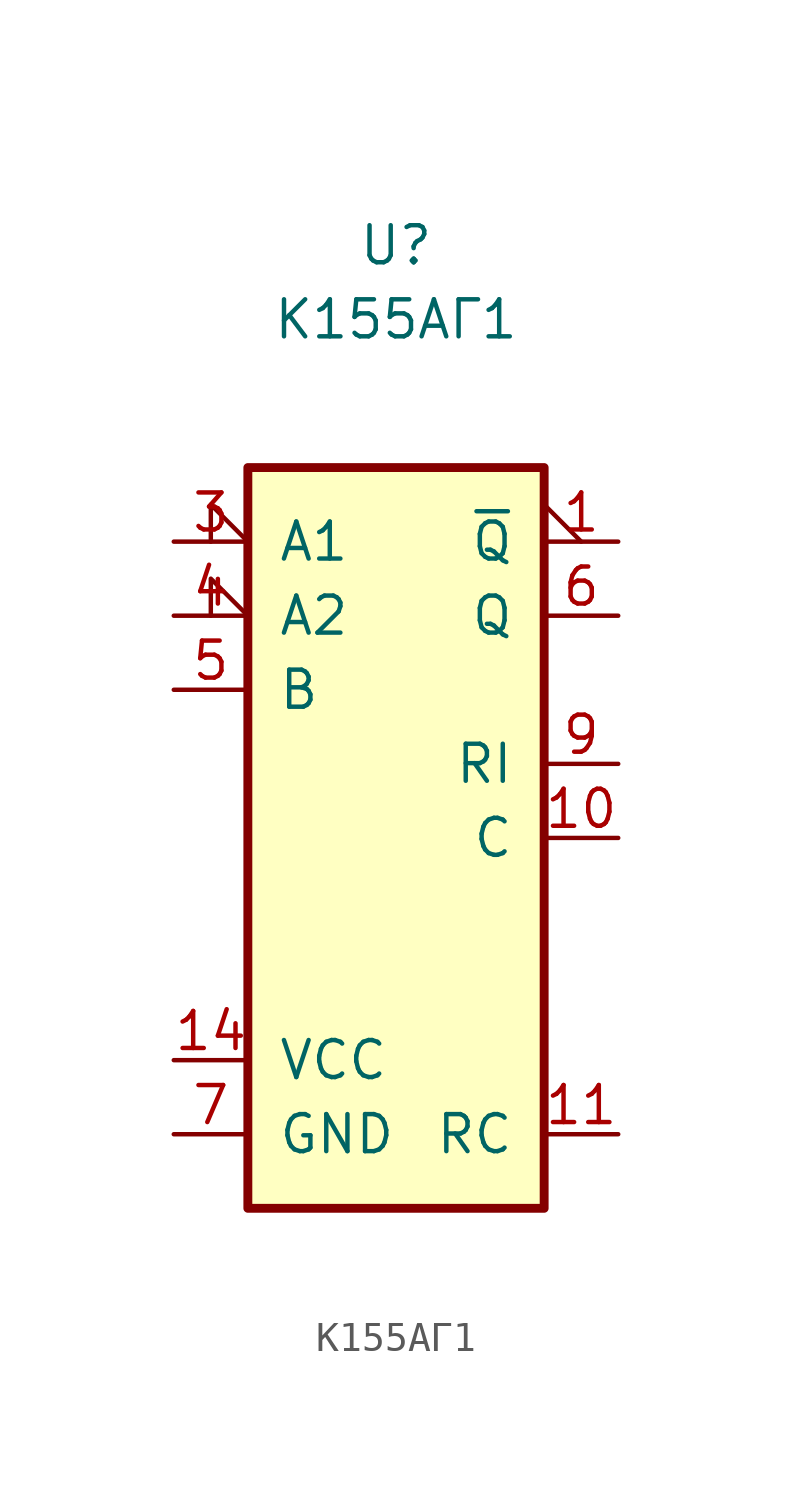
<source format=kicad_sym>
(kicad_symbol_lib
  (version 20220914)
  (generator kicad_symbol_editor)
  (symbol "К155АГ1"
    (pin_names
      (offset 1.016))
    (property "Reference" "U"
      (at 0 20.32 0)
      (effects (font (size 1.27 1.27))))
    (property "Value" "К155АГ1"
      (at 0 17.78 0)
      (effects (font (size 1.27 1.27))))
    (symbol "К155АГ1_0_1"
      (rectangle (start -5.08 12.7) (end 5.08 -12.7) (stroke (width 0.305) (type default)) (fill (type background))))
    (symbol "К155АГ1_1_1"
      (pin output output_low (at 7.62 10.16 180) (length 2.54) (name "~{Q}" (effects (font (size 1.27 1.27)))) (number "1" (effects (font (size 1.27 1.27)))))
      (pin input line (at 7.62 0 180) (length 2.54) (name "C" (effects (font (size 1.27 1.27)))) (number "10" (effects (font (size 1.27 1.27)))))
      (pin input line (at 7.62 -10.16 180) (length 2.54) (name "RC" (effects (font (size 1.27 1.27)))) (number "11" (effects (font (size 1.27 1.27)))))
      (pin no_connect line (at -5.08 -2.54 0) (length 2.54) hide (name "~" (effects (font (size 1.27 1.27)))) (number "12" (effects (font (size 1.27 1.27)))))
      (pin no_connect line (at -5.08 -5.08 0) (length 2.54) hide (name "~" (effects (font (size 1.27 1.27)))) (number "13" (effects (font (size 1.27 1.27)))))
      (pin power_in line (at -7.62 -7.62 0) (length 2.54) (name "VCC" (effects (font (size 1.27 1.27)))) (number "14" (effects (font (size 1.27 1.27)))))
      (pin no_connect line (at -5.08 2.54 0) (length 2.54) hide (name "~" (effects (font (size 1.27 1.27)))) (number "2" (effects (font (size 1.27 1.27)))))
      (pin input input_low (at -7.62 10.16 0) (length 2.54) (name "A1" (effects (font (size 1.27 1.27)))) (number "3" (effects (font (size 1.27 1.27)))))
      (pin input input_low (at -7.62 7.62 0) (length 2.54) (name "A2" (effects (font (size 1.27 1.27)))) (number "4" (effects (font (size 1.27 1.27)))))
      (pin input line (at -7.62 5.08 0) (length 2.54) (name "B" (effects (font (size 1.27 1.27)))) (number "5" (effects (font (size 1.27 1.27)))))
      (pin output line (at 7.62 7.62 180) (length 2.54) (name "Q" (effects (font (size 1.27 1.27)))) (number "6" (effects (font (size 1.27 1.27)))))
      (pin power_in line (at -7.62 -10.16 0) (length 2.54) (name "GND" (effects (font (size 1.27 1.27)))) (number "7" (effects (font (size 1.27 1.27)))))
      (pin no_connect line (at -5.08 0 0) (length 2.54) hide (name "~" (effects (font (size 1.27 1.27)))) (number "8" (effects (font (size 1.27 1.27)))))
      (pin input line (at 7.62 2.54 180) (length 2.54) (name "RI" (effects (font (size 1.27 1.27)))) (number "9" (effects (font (size 1.27 1.27))))))))
</source>
